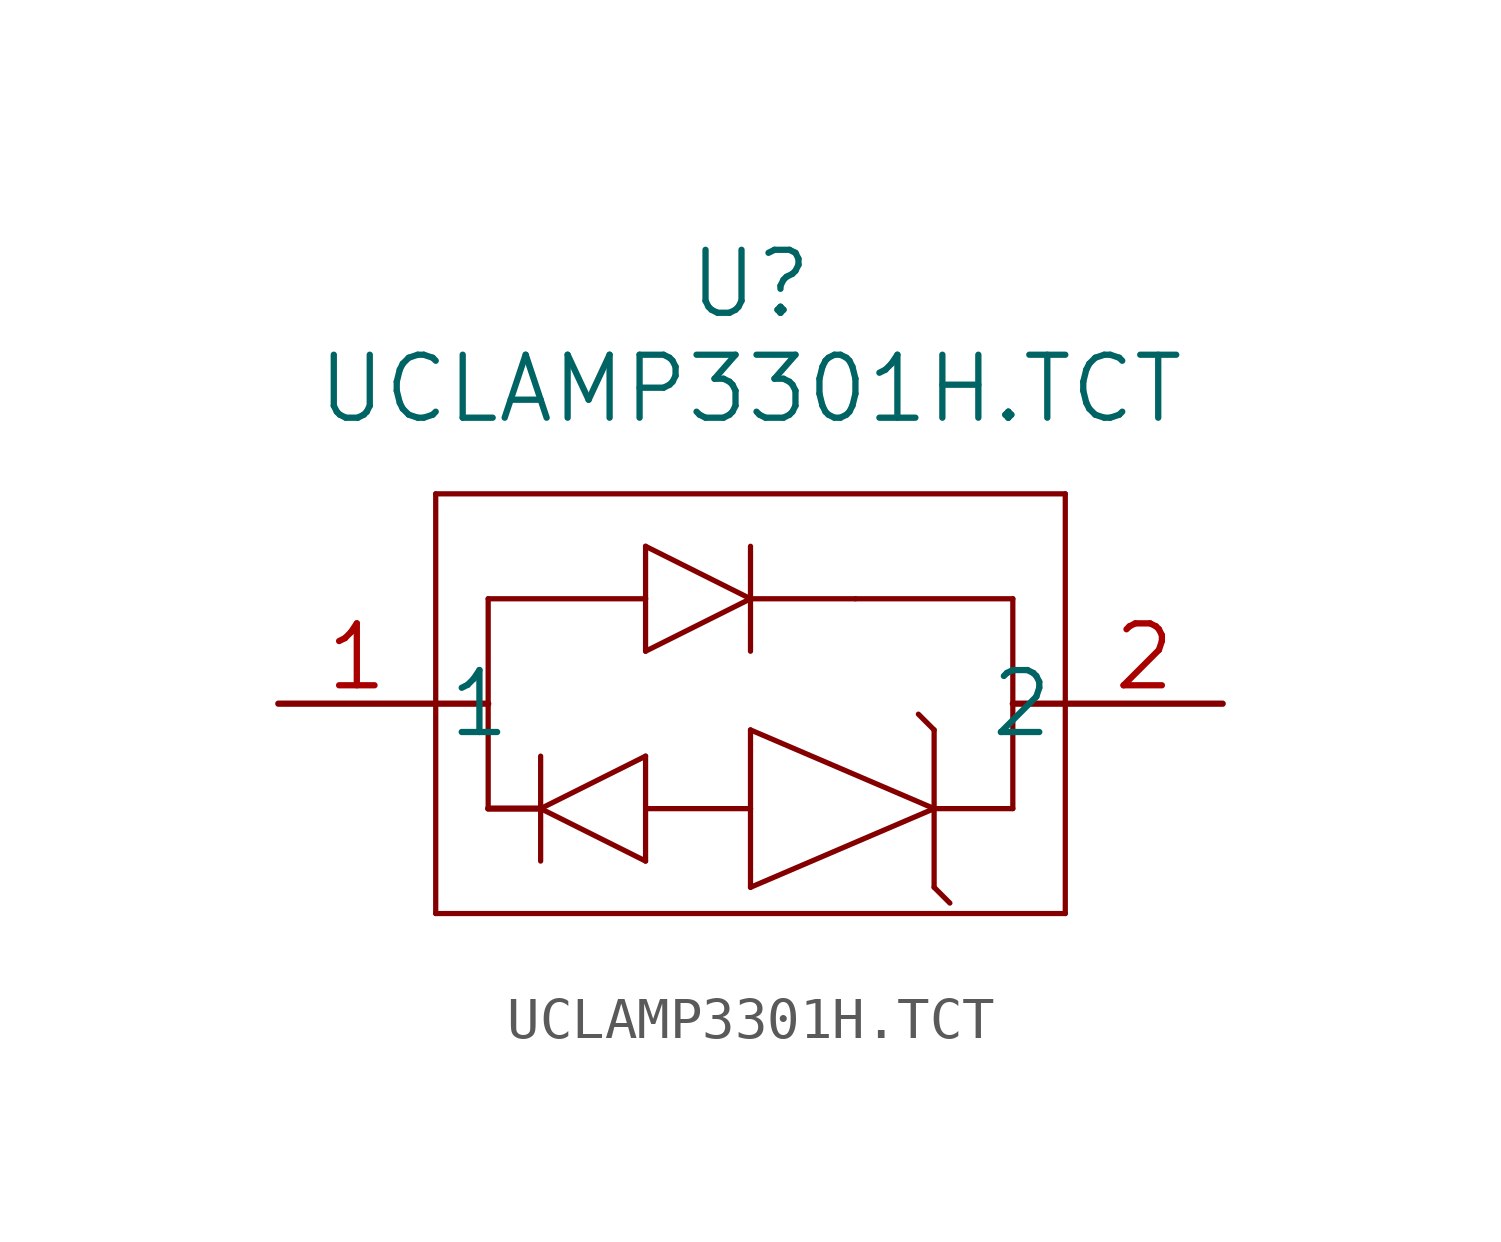
<source format=kicad_sym>
(kicad_symbol_lib
  (version 20211014)
  (generator kicad_symbol_editor)
  (symbol "UCLAMP3301H.TCT"
    (pin_names
      (offset 0.254))
    (property "Reference" "U"
      (at 20.32 10.16 0)
      (effects (font (size 1.524 1.524))))
    (property "Value" "UCLAMP3301H.TCT"
      (at 20.32 7.62 0)
      (effects (font (size 1.524 1.524))))
    (symbol "UCLAMP3301H.TCT_0_1"
      (polyline (pts (xy 12.7 0) (xy 13.97 0)) (stroke (width 0) (type default) (color 0 0 0 0)) (fill (type none)))
      (polyline (pts (xy 13.97 -2.54) (xy 15.24 -2.54)) (stroke (width 0) (type default) (color 0 0 0 0)) (fill (type none)))
      (polyline (pts (xy 27.94 0) (xy 26.67 0)) (stroke (width 0) (type default) (color 0 0 0 0)) (fill (type none))))
    (symbol "UCLAMP3301H.TCT_1_1"
      (polyline (pts (xy 12.7 -5.08) (xy 27.94 -5.08)) (stroke (width 0.127) (type default) (color 0 0 0 0)) (fill (type none)))
      (polyline (pts (xy 12.7 5.08) (xy 12.7 -5.08)) (stroke (width 0.127) (type default) (color 0 0 0 0)) (fill (type none)))
      (polyline (pts (xy 13.97 0) (xy 13.97 -2.54)) (stroke (width 0.127) (type default) (color 0 0 0 0)) (fill (type none)))
      (polyline (pts (xy 13.97 0) (xy 13.97 2.54)) (stroke (width 0.127) (type default) (color 0 0 0 0)) (fill (type none)))
      (polyline (pts (xy 13.97 2.54) (xy 17.78 2.54)) (stroke (width 0.127) (type default) (color 0 0 0 0)) (fill (type none)))
      (polyline (pts (xy 15.24 -2.54) (xy 15.24 -3.81)) (stroke (width 0.127) (type default) (color 0 0 0 0)) (fill (type none)))
      (polyline (pts (xy 15.24 -2.54) (xy 15.24 -1.27)) (stroke (width 0.127) (type default) (color 0 0 0 0)) (fill (type none)))
      (polyline (pts (xy 15.24 -2.54) (xy 17.78 -1.27)) (stroke (width 0.127) (type default) (color 0 0 0 0)) (fill (type none)))
      (polyline (pts (xy 17.78 -3.81) (xy 15.24 -2.54)) (stroke (width 0.127) (type default) (color 0 0 0 0)) (fill (type none)))
      (polyline (pts (xy 17.78 -2.54) (xy 20.32 -2.54)) (stroke (width 0.127) (type default) (color 0 0 0 0)) (fill (type none)))
      (polyline (pts (xy 17.78 -1.27) (xy 17.78 -3.81)) (stroke (width 0.127) (type default) (color 0 0 0 0)) (fill (type none)))
      (polyline (pts (xy 17.78 1.27) (xy 20.32 2.54)) (stroke (width 0.127) (type default) (color 0 0 0 0)) (fill (type none)))
      (polyline (pts (xy 17.78 2.54) (xy 17.78 1.27)) (stroke (width 0.127) (type default) (color 0 0 0 0)) (fill (type none)))
      (polyline (pts (xy 17.78 2.54) (xy 17.78 3.81)) (stroke (width 0.127) (type default) (color 0 0 0 0)) (fill (type none)))
      (polyline (pts (xy 17.78 3.81) (xy 20.32 2.54)) (stroke (width 0.127) (type default) (color 0 0 0 0)) (fill (type none)))
      (polyline (pts (xy 20.32 -4.445) (xy 24.765 -2.54)) (stroke (width 0.127) (type default) (color 0 0 0 0)) (fill (type none)))
      (polyline (pts (xy 20.32 -2.54) (xy 20.32 -4.445)) (stroke (width 0.127) (type default) (color 0 0 0 0)) (fill (type none)))
      (polyline (pts (xy 20.32 -2.54) (xy 20.32 -0.635)) (stroke (width 0.127) (type default) (color 0 0 0 0)) (fill (type none)))
      (polyline (pts (xy 20.32 -0.635) (xy 24.765 -2.54)) (stroke (width 0.127) (type default) (color 0 0 0 0)) (fill (type none)))
      (polyline (pts (xy 20.32 2.54) (xy 20.32 1.27)) (stroke (width 0.127) (type default) (color 0 0 0 0)) (fill (type none)))
      (polyline (pts (xy 20.32 2.54) (xy 20.32 3.81)) (stroke (width 0.127) (type default) (color 0 0 0 0)) (fill (type none)))
      (polyline (pts (xy 20.32 2.54) (xy 22.86 2.54)) (stroke (width 0.127) (type default) (color 0 0 0 0)) (fill (type none)))
      (polyline (pts (xy 24.765 -4.445) (xy 24.765 -0.635)) (stroke (width 0.127) (type default) (color 0 0 0 0)) (fill (type none)))
      (polyline (pts (xy 24.765 -4.445) (xy 25.146 -4.826)) (stroke (width 0.127) (type default) (color 0 0 0 0)) (fill (type none)))
      (polyline (pts (xy 24.765 -2.54) (xy 26.67 -2.54)) (stroke (width 0.127) (type default) (color 0 0 0 0)) (fill (type none)))
      (polyline (pts (xy 24.765 -0.635) (xy 24.384 -0.254)) (stroke (width 0.127) (type default) (color 0 0 0 0)) (fill (type none)))
      (polyline (pts (xy 26.67 0) (xy 26.67 -2.54)) (stroke (width 0.127) (type default) (color 0 0 0 0)) (fill (type none)))
      (polyline (pts (xy 26.67 0) (xy 26.67 2.54)) (stroke (width 0.127) (type default) (color 0 0 0 0)) (fill (type none)))
      (polyline (pts (xy 26.67 2.54) (xy 22.86 2.54)) (stroke (width 0.127) (type default) (color 0 0 0 0)) (fill (type none)))
      (polyline (pts (xy 27.94 -5.08) (xy 27.94 5.08)) (stroke (width 0.127) (type default) (color 0 0 0 0)) (fill (type none)))
      (polyline (pts (xy 27.94 5.08) (xy 12.7 5.08)) (stroke (width 0.127) (type default) (color 0 0 0 0)) (fill (type none)))
      (pin passive line (at 8.89 0 0) (length 3.8) (name "1" (effects (font (size 1.499 1.499)))) (number "1" (effects (font (size 1.499 1.499)))))
      (pin passive line (at 31.75 0 180) (length 3.8) (name "2" (effects (font (size 1.499 1.499)))) (number "2" (effects (font (size 1.499 1.499))))))))
</source>
